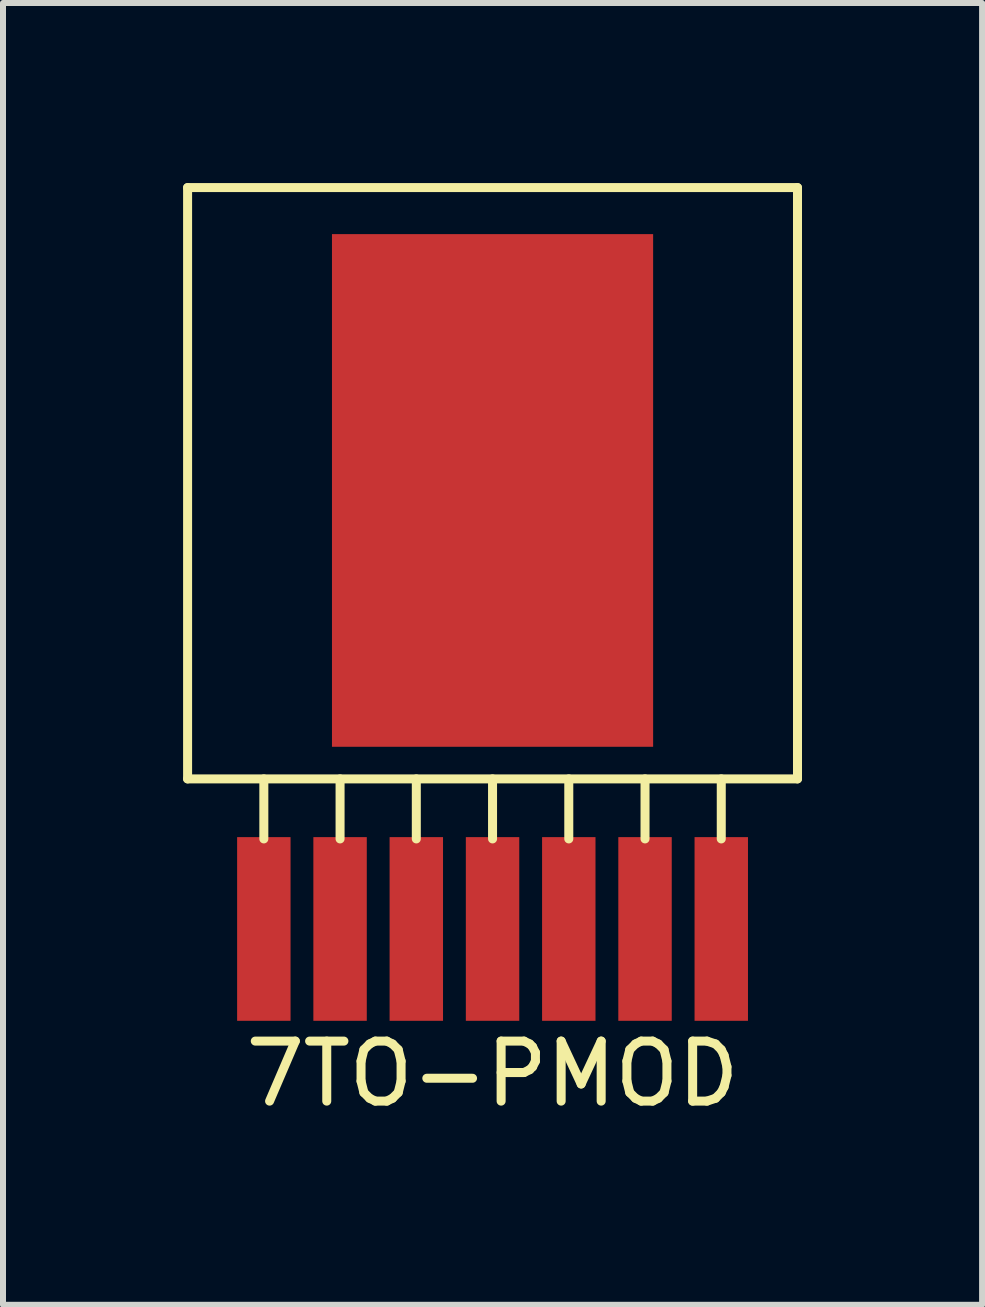
<source format=kicad_pcb>
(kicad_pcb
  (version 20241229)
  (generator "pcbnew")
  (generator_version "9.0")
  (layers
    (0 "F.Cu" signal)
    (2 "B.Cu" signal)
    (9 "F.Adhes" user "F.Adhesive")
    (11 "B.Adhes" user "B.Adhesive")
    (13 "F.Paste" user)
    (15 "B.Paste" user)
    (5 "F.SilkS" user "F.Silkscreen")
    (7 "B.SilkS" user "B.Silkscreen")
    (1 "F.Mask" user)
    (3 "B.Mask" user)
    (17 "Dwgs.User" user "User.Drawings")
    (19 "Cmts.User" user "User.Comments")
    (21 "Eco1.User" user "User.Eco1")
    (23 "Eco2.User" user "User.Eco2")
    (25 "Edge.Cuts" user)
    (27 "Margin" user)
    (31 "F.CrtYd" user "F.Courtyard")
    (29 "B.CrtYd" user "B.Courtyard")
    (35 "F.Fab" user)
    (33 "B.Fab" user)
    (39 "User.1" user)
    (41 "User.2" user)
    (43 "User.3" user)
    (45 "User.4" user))
  (footprint "7TO-PMOD"
    (layer "F.Cu")
    (at 5.155 12.425)
    (property "Reference" "7TO-PMOD" (at 0 2.413 0) (layer "F.SilkS") (effects (font (size 1 1) (thickness 0.15))))
    (attr through_hole)
    (fp_line (start -5.08 -12.35) (end 5.08 -12.35) (stroke (width 0.15) (type solid)) (layer "F.SilkS"))
    (fp_line (start -5.08 -2.5) (end -5.08 -12.35) (stroke (width 0.15) (type solid)) (layer "F.SilkS"))
    (fp_line (start -3.81 -2.5) (end -3.81 -1.5) (stroke (width 0.15) (type solid)) (layer "F.SilkS"))
    (fp_line (start -2.54 -2.5) (end -2.54 -1.5) (stroke (width 0.15) (type solid)) (layer "F.SilkS"))
    (fp_line (start -1.27 -2.5) (end -1.27 -1.5) (stroke (width 0.15) (type solid)) (layer "F.SilkS"))
    (fp_line (start 0 -2.5) (end 0 -1.5) (stroke (width 0.15) (type solid)) (layer "F.SilkS"))
    (fp_line (start 1.27 -2.5) (end 1.27 -1.5) (stroke (width 0.15) (type solid)) (layer "F.SilkS"))
    (fp_line (start 2.54 -2.5) (end 2.54 -1.5) (stroke (width 0.15) (type solid)) (layer "F.SilkS"))
    (fp_line (start 3.81 -2.5) (end 3.81 -1.5) (stroke (width 0.15) (type solid)) (layer "F.SilkS"))
    (fp_line (start 5.08 -2.5) (end -5.08 -2.5) (stroke (width 0.15) (type solid)) (layer "F.SilkS"))
    (fp_line (start 5.08 -2.5) (end 5.08 -12.35) (stroke (width 0.15) (type solid)) (layer "F.SilkS"))
    (pad "1" smd rect (at -3.81 0) (size 0.89 3.06) (layers "F.Cu" "F.Mask" "F.Paste"))
    (pad "2" smd rect (at -2.54 0) (size 0.89 3.06) (layers "F.Cu" "F.Mask" "F.Paste"))
    (pad "3" smd rect (at -1.27 0) (size 0.89 3.06) (layers "F.Cu" "F.Mask" "F.Paste"))
    (pad "4" smd rect (at 0 0) (size 0.89 3.06) (layers "F.Cu" "F.Mask" "F.Paste"))
    (pad "5" smd rect (at 1.27 0) (size 0.89 3.06) (layers "F.Cu" "F.Mask" "F.Paste"))
    (pad "6" smd rect (at 2.54 0) (size 0.89 3.06) (layers "F.Cu" "F.Mask" "F.Paste"))
    (pad "7" smd rect (at 3.81 0) (size 0.89 3.06) (layers "F.Cu" "F.Mask" "F.Paste"))
    (pad "8" smd rect (at 0 -7.305) (size 5.35 8.54) (layers "F.Cu" "F.Mask" "F.Paste")))
  (gr_rect
    (start -3 -3)
    (end 13.31 18.686)
    (stroke (width 0.1) (type default))
    (fill no)
    (layer "Edge.Cuts")))
</source>
